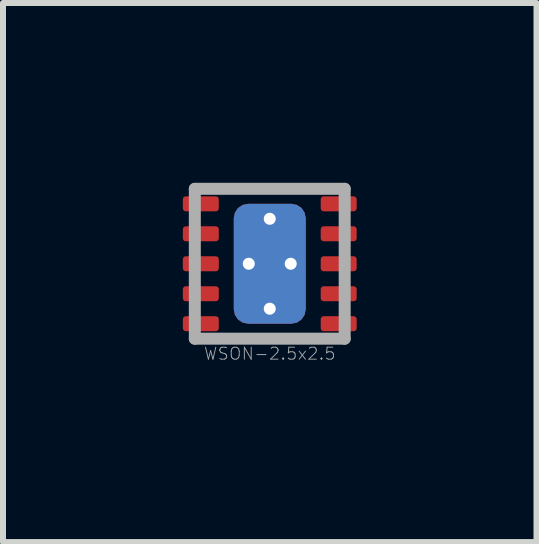
<source format=kicad_pcb>
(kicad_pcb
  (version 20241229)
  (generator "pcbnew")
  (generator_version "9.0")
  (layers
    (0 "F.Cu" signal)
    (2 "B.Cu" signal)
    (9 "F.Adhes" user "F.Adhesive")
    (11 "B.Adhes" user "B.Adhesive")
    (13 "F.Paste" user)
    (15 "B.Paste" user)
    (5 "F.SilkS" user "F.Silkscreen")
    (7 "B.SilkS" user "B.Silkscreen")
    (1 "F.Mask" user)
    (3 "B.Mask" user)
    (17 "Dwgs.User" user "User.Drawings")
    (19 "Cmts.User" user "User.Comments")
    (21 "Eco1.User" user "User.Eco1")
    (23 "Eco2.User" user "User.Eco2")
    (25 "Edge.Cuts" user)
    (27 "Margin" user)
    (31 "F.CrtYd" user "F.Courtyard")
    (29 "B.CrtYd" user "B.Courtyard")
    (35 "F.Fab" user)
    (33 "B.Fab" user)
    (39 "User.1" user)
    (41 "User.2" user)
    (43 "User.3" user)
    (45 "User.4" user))
  (footprint "WSON-2.5x2.5"
    (layer "F.Cu")
    (at 1.45 1.35)
    (property "Reference" "WSON-2.5x2.5" (at 0 1.5 0) (layer "F.Fab") (effects (font (size 0.2 0.2) (thickness 0.015))))
    (attr smd)
    (fp_line (start -1.25 -1.25) (end 1.25 -1.25) (stroke (width 0.2) (type solid)) (layer "F.Fab"))
    (fp_line (start -1.25 1.25) (end -1.25 -1.25) (stroke (width 0.2) (type solid)) (layer "F.Fab"))
    (fp_line (start 1.25 -1.25) (end 1.25 1.25) (stroke (width 0.2) (type solid)) (layer "F.Fab"))
    (fp_line (start 1.25 1.25) (end -1.25 1.25) (stroke (width 0.2) (type solid)) (layer "F.Fab"))
    (pad "1" smd roundrect (at -1.15 -1) (size 0.6 0.25) (layers "F.Cu" "F.Mask" "F.Paste") (roundrect_rratio 0.2))
    (pad "2" smd roundrect (at -1.15 -0.5) (size 0.6 0.25) (layers "F.Cu" "F.Mask" "F.Paste") (roundrect_rratio 0.2))
    (pad "3" smd roundrect (at -1.15 0) (size 0.6 0.25) (layers "F.Cu" "F.Mask" "F.Paste") (roundrect_rratio 0.2))
    (pad "4" smd roundrect (at -1.15 0.5) (size 0.6 0.25) (layers "F.Cu" "F.Mask" "F.Paste") (roundrect_rratio 0.2))
    (pad "5" smd roundrect (at -1.15 1) (size 0.6 0.25) (layers "F.Cu" "F.Mask" "F.Paste") (roundrect_rratio 0.2))
    (pad "6" smd roundrect (at 1.15 1) (size 0.6 0.25) (layers "F.Cu" "F.Mask" "F.Paste") (roundrect_rratio 0.2))
    (pad "7" smd roundrect (at 1.15 0.5) (size 0.6 0.25) (layers "F.Cu" "F.Mask" "F.Paste") (roundrect_rratio 0.2))
    (pad "8" smd roundrect (at 1.15 0) (size 0.6 0.25) (layers "F.Cu" "F.Mask" "F.Paste") (roundrect_rratio 0.2))
    (pad "9" smd roundrect (at 1.15 -0.5) (size 0.6 0.25) (layers "F.Cu" "F.Mask" "F.Paste") (roundrect_rratio 0.2))
    (pad "10" smd roundrect (at 1.15 -1) (size 0.6 0.25) (layers "F.Cu" "F.Mask" "F.Paste") (roundrect_rratio 0.2))
    (pad "11" thru_hole circle (at -0.35 0) (size 0.2 0.2) (drill 0.2) (layers "*.Cu"))
    (pad "11" thru_hole circle (at 0 -0.75) (size 0.2 0.2) (drill 0.2) (layers "*.Cu"))
    (pad "11" smd roundrect (at 0 0) (size 1.2 2) (layers "F.Cu" "F.Mask" "F.Paste") (roundrect_rratio 0.2))
    (pad "11" smd roundrect (at 0 0) (size 1.2 2) (layers "B.Cu") (roundrect_rratio 0.2))
    (pad "11" thru_hole circle (at 0 0.75) (size 0.2 0.2) (drill 0.2) (layers "*.Cu"))
    (pad "11" thru_hole circle (at 0.35 0) (size 0.2 0.2) (drill 0.2) (layers "*.Cu")))
  (gr_rect
    (start -3 -3)
    (end 5.9 5.993)
    (stroke (width 0.1) (type default))
    (fill no)
    (layer "Edge.Cuts")))
</source>
